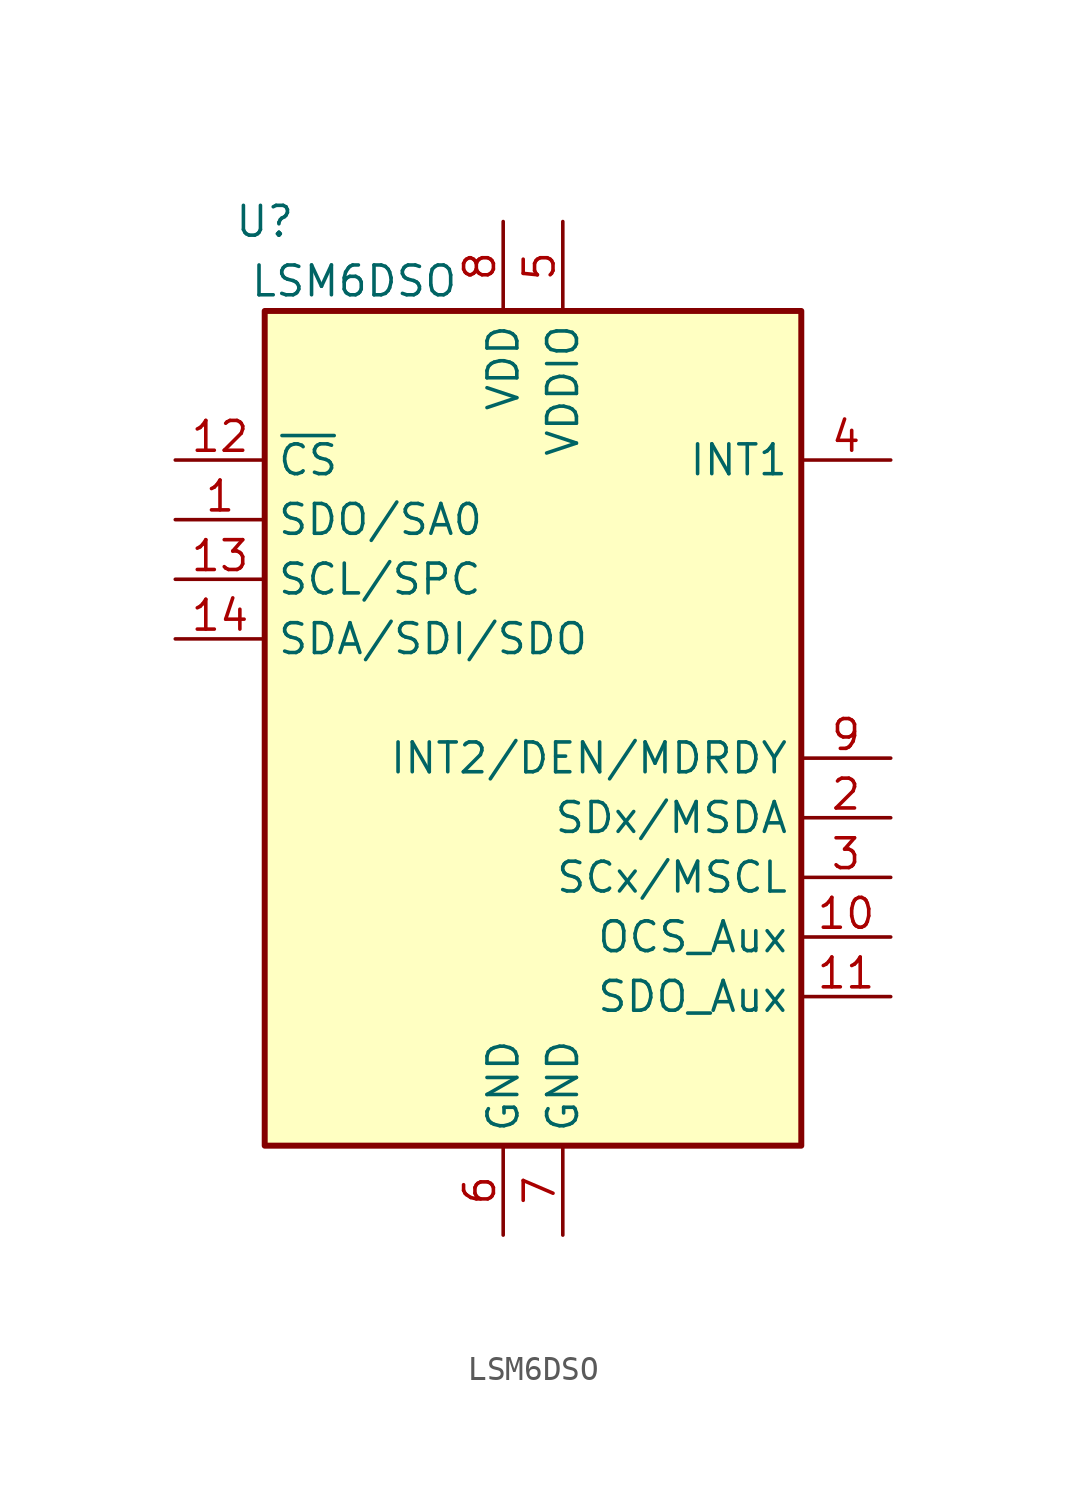
<source format=kicad_sym>
(kicad_symbol_lib
  (version 20211014)
  (generator kicad_symbol_editor)
  (symbol "LSM6DSO"
    (property "Reference" "U"
      (at -11.43 21.59 0)
      (effects (font (size 1.27 1.27))))
    (property "Value" "LSM6DSO"
      (at -7.62 19.05 0)
      (effects (font (size 1.27 1.27))))
    (symbol "LSM6DSO_0_1"
      (rectangle (start -11.43 17.78) (end 11.43 -17.78) (stroke (width 0.254) (type default) (color 0 0 0 0)) (fill (type background))))
    (symbol "LSM6DSO_1_1"
      (pin bidirectional line (at -15.24 8.89 0) (length 3.81) (name "SDO/SA0" (effects (font (size 1.27 1.27)))) (number "1" (effects (font (size 1.27 1.27)))))
      (pin input line (at 15.24 -8.89 180) (length 3.81) (name "OCS_Aux" (effects (font (size 1.27 1.27)))) (number "10" (effects (font (size 1.27 1.27)))))
      (pin output line (at 15.24 -11.43 180) (length 3.81) (name "SDO_Aux" (effects (font (size 1.27 1.27)))) (number "11" (effects (font (size 1.27 1.27)))))
      (pin input line (at -15.24 11.43 0) (length 3.81) (name "~{CS}" (effects (font (size 1.27 1.27)))) (number "12" (effects (font (size 1.27 1.27)))))
      (pin input line (at -15.24 6.35 0) (length 3.81) (name "SCL/SPC" (effects (font (size 1.27 1.27)))) (number "13" (effects (font (size 1.27 1.27)))))
      (pin bidirectional line (at -15.24 3.81 0) (length 3.81) (name "SDA/SDI/SDO" (effects (font (size 1.27 1.27)))) (number "14" (effects (font (size 1.27 1.27)))))
      (pin bidirectional line (at 15.24 -3.81 180) (length 3.81) (name "SDx/MSDA" (effects (font (size 1.27 1.27)))) (number "2" (effects (font (size 1.27 1.27)))))
      (pin bidirectional line (at 15.24 -6.35 180) (length 3.81) (name "SCx/MSCL" (effects (font (size 1.27 1.27)))) (number "3" (effects (font (size 1.27 1.27)))))
      (pin output line (at 15.24 11.43 180) (length 3.81) (name "INT1" (effects (font (size 1.27 1.27)))) (number "4" (effects (font (size 1.27 1.27)))))
      (pin power_in line (at 1.27 21.59 270) (length 3.81) (name "VDDIO" (effects (font (size 1.27 1.27)))) (number "5" (effects (font (size 1.27 1.27)))))
      (pin power_in line (at -1.27 -21.59 90) (length 3.81) (name "GND" (effects (font (size 1.27 1.27)))) (number "6" (effects (font (size 1.27 1.27)))))
      (pin power_in line (at 1.27 -21.59 90) (length 3.81) (name "GND" (effects (font (size 1.27 1.27)))) (number "7" (effects (font (size 1.27 1.27)))))
      (pin power_in line (at -1.27 21.59 270) (length 3.81) (name "VDD" (effects (font (size 1.27 1.27)))) (number "8" (effects (font (size 1.27 1.27)))))
      (pin bidirectional line (at 15.24 -1.27 180) (length 3.81) (name "INT2/DEN/MDRDY" (effects (font (size 1.27 1.27)))) (number "9" (effects (font (size 1.27 1.27))))))))
</source>
